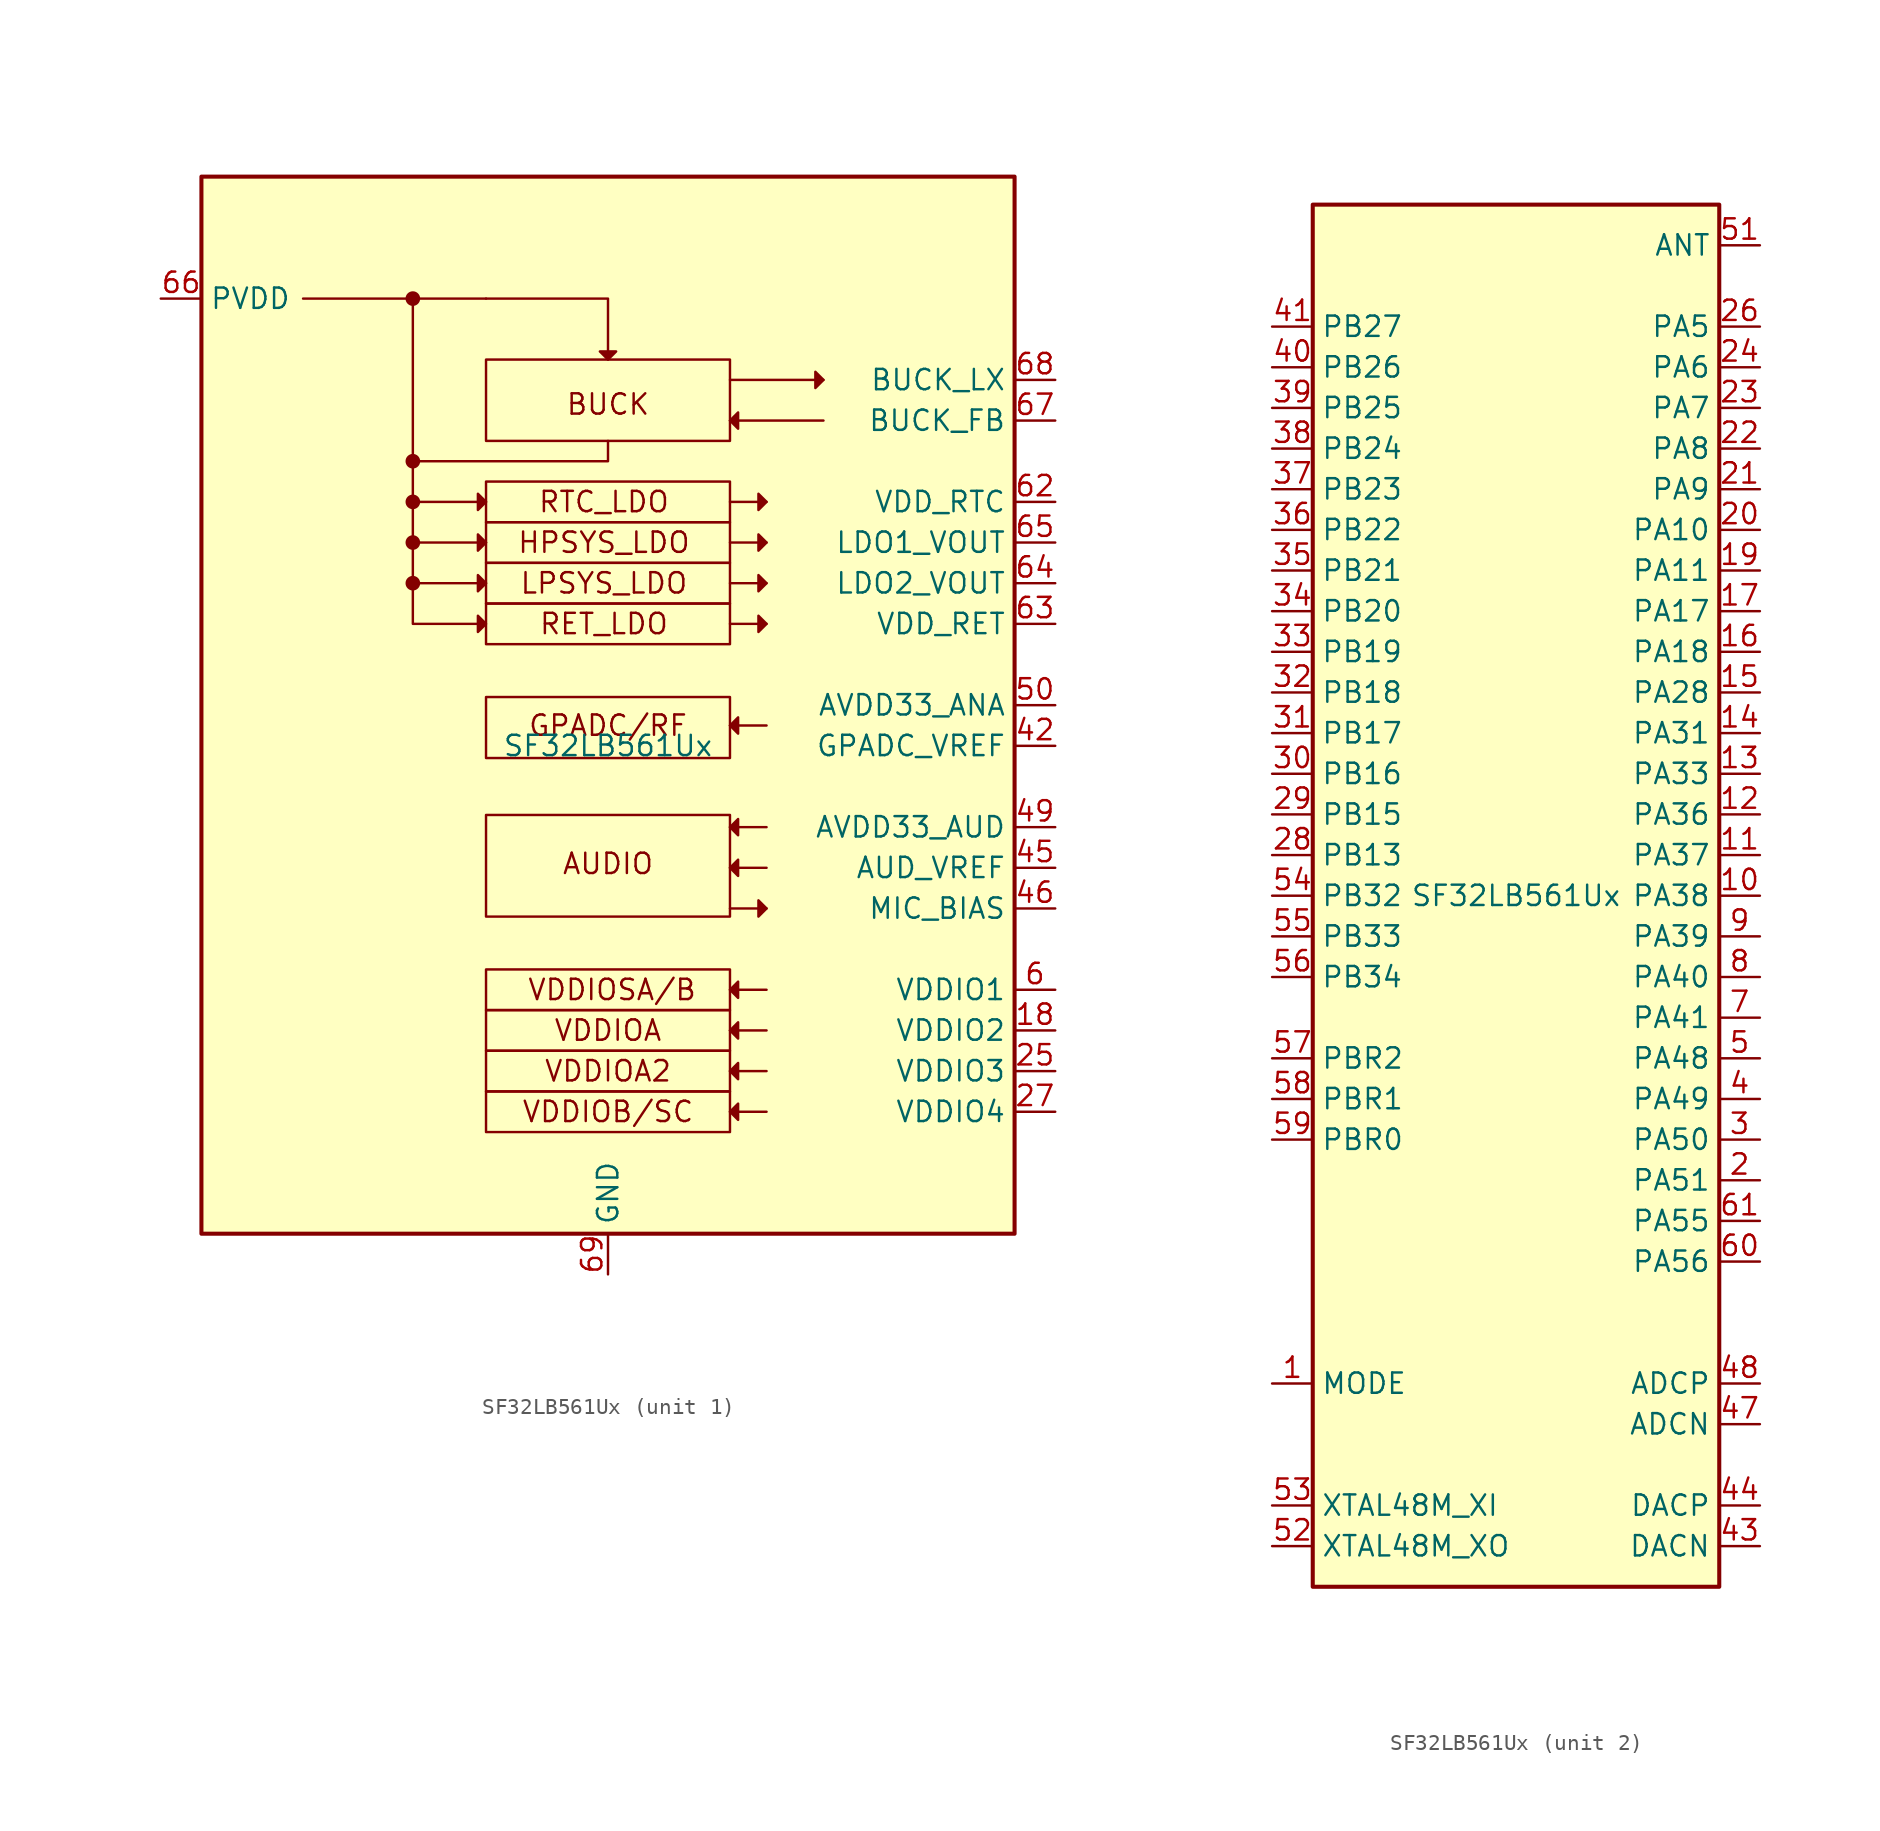
<source format=kicad_sym>
(kicad_symbol_lib
  (version 20241209)
  (generator "kicad_symbol_editor")
  (generator_version "9.0")
  (symbol "SF32LB561Ux"
    (property "Reference" "U"
      (at -0.254 62.992 0)
      (effects (font (size 1.27 1.27)) (hide yes)))
    (property "Value" "SF32LB561Ux"
      (at 0 0 0)
      (effects (font (size 1.27 1.27))))
    (property "ki_locked" ""
      (at 0 0 0)
      (effects (font (size 1.27 1.27))))
    (symbol "SF32LB561Ux_1_1"
      (rectangle (start -25.4 35.56) (end 25.4 -30.48) (stroke (width 0.254) (type default)) (fill (type background)))
      (circle (center -12.192 27.94) (radius 0.381) (stroke (width 0) (type default)) (fill (type outline)))
      (circle (center -12.192 17.78) (radius 0.381) (stroke (width 0) (type default)) (fill (type outline)))
      (polyline (pts (xy -12.192 17.78) (xy -12.192 27.94)) (stroke (width 0) (type default)) (fill (type none)))
      (circle (center -12.192 15.24) (radius 0.381) (stroke (width 0) (type default)) (fill (type outline)))
      (circle (center -12.192 12.7) (radius 0.381) (stroke (width 0) (type default)) (fill (type outline)))
      (circle (center -12.192 10.16) (radius 0.381) (stroke (width 0) (type default)) (fill (type outline)))
      (polyline (pts (xy -7.62 27.94) (xy -19.05 27.94)) (stroke (width 0) (type default)) (fill (type none)))
      (rectangle (start -7.62 24.13) (end 7.62 19.05) (stroke (width 0) (type default)) (fill (type none)))
      (rectangle (start -7.62 16.51) (end 7.62 13.97) (stroke (width 0) (type default)) (fill (type none)))
      (polyline (pts (xy -7.62 15.24) (xy -12.192 15.24)) (stroke (width 0) (type default)) (fill (type none)))
      (polyline (pts (xy -7.62 15.24) (xy -8.128 15.748) (xy -8.128 14.732) (xy -7.62 15.24)) (stroke (width 0) (type default)) (fill (type outline)))
      (rectangle (start -7.62 13.97) (end 7.62 11.43) (stroke (width 0) (type default)) (fill (type none)))
      (polyline (pts (xy -7.62 12.7) (xy -12.192 12.7)) (stroke (width 0) (type default)) (fill (type none)))
      (polyline (pts (xy -7.62 12.7) (xy -8.128 13.208) (xy -8.128 12.192) (xy -7.62 12.7)) (stroke (width 0) (type default)) (fill (type outline)))
      (rectangle (start -7.62 11.43) (end 7.62 8.89) (stroke (width 0) (type default)) (fill (type none)))
      (polyline (pts (xy -7.62 10.16) (xy -12.192 10.16)) (stroke (width 0) (type default)) (fill (type none)))
      (polyline (pts (xy -7.62 10.16) (xy -8.128 10.668) (xy -8.128 9.652) (xy -7.62 10.16)) (stroke (width 0) (type default)) (fill (type outline)))
      (rectangle (start -7.62 8.89) (end 7.62 6.35) (stroke (width 0) (type default)) (fill (type none)))
      (polyline (pts (xy -7.62 7.62) (xy -8.128 8.128) (xy -8.128 7.112) (xy -7.62 7.62)) (stroke (width 0) (type default)) (fill (type outline)))
      (rectangle (start -7.62 3.048) (end 7.62 -0.762) (stroke (width 0) (type default)) (fill (type none)))
      (rectangle (start -7.62 -4.318) (end 7.62 -10.668) (stroke (width 0) (type default)) (fill (type none)))
      (rectangle (start -7.62 -13.97) (end 7.62 -16.51) (stroke (width 0) (type default)) (fill (type none)))
      (rectangle (start -7.62 -16.51) (end 7.62 -19.05) (stroke (width 0) (type default)) (fill (type none)))
      (rectangle (start -7.62 -19.05) (end 7.62 -21.59) (stroke (width 0) (type default)) (fill (type none)))
      (rectangle (start -7.62 -21.59) (end 7.62 -24.13) (stroke (width 0) (type default)) (fill (type none)))
      (polyline (pts (xy 0 24.13) (xy 0 27.94) (xy -7.62 27.94)) (stroke (width 0) (type default)) (fill (type none)))
      (polyline (pts (xy 0 24.13) (xy 0.508 24.638) (xy -0.508 24.638) (xy 0 24.13)) (stroke (width 0) (type default)) (fill (type outline)))
      (polyline (pts (xy 0 19.05) (xy 0 17.78) (xy -12.192 17.78) (xy -12.192 7.62) (xy -7.874 7.62)) (stroke (width 0) (type default)) (fill (type none)))
      (polyline (pts (xy 7.62 22.86) (xy 13.462 22.86)) (stroke (width 0) (type default)) (fill (type none)))
      (polyline (pts (xy 7.62 20.32) (xy 13.462 20.32)) (stroke (width 0) (type default)) (fill (type none)))
      (polyline (pts (xy 7.62 20.32) (xy 8.128 19.812) (xy 8.128 20.828) (xy 7.62 20.32)) (stroke (width 0) (type default)) (fill (type outline)))
      (polyline (pts (xy 7.62 15.24) (xy 9.906 15.24)) (stroke (width 0) (type default)) (fill (type none)))
      (polyline (pts (xy 7.62 12.7) (xy 9.906 12.7)) (stroke (width 0) (type default)) (fill (type none)))
      (polyline (pts (xy 7.62 10.16) (xy 9.906 10.16)) (stroke (width 0) (type default)) (fill (type none)))
      (polyline (pts (xy 7.62 7.62) (xy 9.906 7.62)) (stroke (width 0) (type default)) (fill (type none)))
      (polyline (pts (xy 7.62 1.27) (xy 9.906 1.27)) (stroke (width 0) (type default)) (fill (type none)))
      (polyline (pts (xy 7.62 1.27) (xy 8.128 0.762) (xy 8.128 1.778) (xy 7.62 1.27)) (stroke (width 0) (type default)) (fill (type outline)))
      (polyline (pts (xy 7.62 -5.08) (xy 9.906 -5.08)) (stroke (width 0) (type default)) (fill (type none)))
      (polyline (pts (xy 7.62 -5.08) (xy 8.128 -5.588) (xy 8.128 -4.572) (xy 7.62 -5.08)) (stroke (width 0) (type default)) (fill (type outline)))
      (polyline (pts (xy 7.62 -7.62) (xy 9.906 -7.62)) (stroke (width 0) (type default)) (fill (type none)))
      (polyline (pts (xy 7.62 -7.62) (xy 8.128 -8.128) (xy 8.128 -7.112) (xy 7.62 -7.62)) (stroke (width 0) (type default)) (fill (type outline)))
      (polyline (pts (xy 7.62 -15.24) (xy 9.906 -15.24)) (stroke (width 0) (type default)) (fill (type none)))
      (polyline (pts (xy 7.62 -15.24) (xy 8.128 -15.748) (xy 8.128 -14.732) (xy 7.62 -15.24)) (stroke (width 0) (type default)) (fill (type outline)))
      (polyline (pts (xy 7.62 -17.78) (xy 9.906 -17.78)) (stroke (width 0) (type default)) (fill (type none)))
      (polyline (pts (xy 7.62 -17.78) (xy 8.128 -18.288) (xy 8.128 -17.272) (xy 7.62 -17.78)) (stroke (width 0) (type default)) (fill (type outline)))
      (polyline (pts (xy 7.62 -20.32) (xy 9.906 -20.32)) (stroke (width 0) (type default)) (fill (type none)))
      (polyline (pts (xy 7.62 -20.32) (xy 8.128 -20.828) (xy 8.128 -19.812) (xy 7.62 -20.32)) (stroke (width 0) (type default)) (fill (type outline)))
      (polyline (pts (xy 7.62 -22.86) (xy 9.906 -22.86)) (stroke (width 0) (type default)) (fill (type none)))
      (polyline (pts (xy 7.62 -22.86) (xy 8.128 -23.368) (xy 8.128 -22.352) (xy 7.62 -22.86)) (stroke (width 0) (type default)) (fill (type outline)))
      (polyline (pts (xy 9.906 15.24) (xy 9.398 15.748) (xy 9.398 14.732) (xy 9.906 15.24)) (stroke (width 0) (type default)) (fill (type outline)))
      (polyline (pts (xy 9.906 12.7) (xy 9.398 13.208) (xy 9.398 12.192) (xy 9.906 12.7)) (stroke (width 0) (type default)) (fill (type outline)))
      (polyline (pts (xy 9.906 10.16) (xy 9.398 10.668) (xy 9.398 9.652) (xy 9.906 10.16)) (stroke (width 0) (type default)) (fill (type outline)))
      (polyline (pts (xy 9.906 7.62) (xy 9.398 8.128) (xy 9.398 7.112) (xy 9.906 7.62)) (stroke (width 0) (type default)) (fill (type outline)))
      (polyline (pts (xy 9.906 -10.16) (xy 7.62 -10.16)) (stroke (width 0) (type default)) (fill (type none)))
      (polyline (pts (xy 9.906 -10.16) (xy 9.398 -10.668) (xy 9.398 -9.652) (xy 9.906 -10.16)) (stroke (width 0) (type default)) (fill (type outline)))
      (polyline (pts (xy 13.462 22.86) (xy 12.954 23.368) (xy 12.954 22.352) (xy 13.462 22.86)) (stroke (width 0) (type default)) (fill (type outline)))
      (text "RTC_LDO" (at -0.254 15.24 0) (effects (font (size 1.27 1.27))))
      (text "HPSYS_LDO" (at -0.254 12.7 0) (effects (font (size 1.27 1.27))))
      (text "LPSYS_LDO" (at -0.254 10.16 0) (effects (font (size 1.27 1.27))))
      (text "RET_LDO" (at -0.254 7.62 0) (effects (font (size 1.27 1.27))))
      (text "BUCK" (at 0 21.336 0) (effects (font (size 1.27 1.27))))
      (text "GPADC/RF" (at 0 1.27 0) (effects (font (size 1.27 1.27))))
      (text "AUDIO" (at 0 -7.366 0) (effects (font (size 1.27 1.27))))
      (text "VDDIOA" (at 0 -17.78 0) (effects (font (size 1.27 1.27))))
      (text "VDDIOA2" (at 0 -20.32 0) (effects (font (size 1.27 1.27))))
      (text "VDDIOB/SC" (at 0 -22.86 0) (effects (font (size 1.27 1.27))))
      (text "VDDIOSA/B" (at 0.254 -15.24 0) (effects (font (size 1.27 1.27))))
      (pin power_in line (at -27.94 27.94 0) (length 2.54) (name "PVDD" (effects (font (size 1.27 1.27)))) (number "66" (effects (font (size 1.27 1.27)))))
      (pin power_in line (at 0 -33.02 90) (length 2.54) (name "GND" (effects (font (size 1.27 1.27)))) (number "69" (effects (font (size 1.27 1.27)))))
      (pin output line (at 27.94 22.86 180) (length 2.54) (name "BUCK_LX" (effects (font (size 1.27 1.27)))) (number "68" (effects (font (size 1.27 1.27)))))
      (pin power_in line (at 27.94 20.32 180) (length 2.54) (name "BUCK_FB" (effects (font (size 1.27 1.27)))) (number "67" (effects (font (size 1.27 1.27)))))
      (pin power_out line (at 27.94 15.24 180) (length 2.54) (name "VDD_RTC" (effects (font (size 1.27 1.27)))) (number "62" (effects (font (size 1.27 1.27)))))
      (pin power_out line (at 27.94 12.7 180) (length 2.54) (name "LDO1_VOUT" (effects (font (size 1.27 1.27)))) (number "65" (effects (font (size 1.27 1.27)))))
      (pin power_out line (at 27.94 10.16 180) (length 2.54) (name "LDO2_VOUT" (effects (font (size 1.27 1.27)))) (number "64" (effects (font (size 1.27 1.27)))))
      (pin power_out line (at 27.94 7.62 180) (length 2.54) (name "VDD_RET" (effects (font (size 1.27 1.27)))) (number "63" (effects (font (size 1.27 1.27)))))
      (pin power_in line (at 27.94 2.54 180) (length 2.54) (name "AVDD33_ANA" (effects (font (size 1.27 1.27)))) (number "50" (effects (font (size 1.27 1.27)))))
      (pin power_in line (at 27.94 0 180) (length 2.54) (name "GPADC_VREF" (effects (font (size 1.27 1.27)))) (number "42" (effects (font (size 1.27 1.27)))))
      (pin power_in line (at 27.94 -5.08 180) (length 2.54) (name "AVDD33_AUD" (effects (font (size 1.27 1.27)))) (number "49" (effects (font (size 1.27 1.27)))))
      (pin power_in line (at 27.94 -7.62 180) (length 2.54) (name "AUD_VREF" (effects (font (size 1.27 1.27)))) (number "45" (effects (font (size 1.27 1.27)))))
      (pin power_out line (at 27.94 -10.16 180) (length 2.54) (name "MIC_BIAS" (effects (font (size 1.27 1.27)))) (number "46" (effects (font (size 1.27 1.27)))))
      (pin power_in line (at 27.94 -15.24 180) (length 2.54) (name "VDDIO1" (effects (font (size 1.27 1.27)))) (number "6" (effects (font (size 1.27 1.27)))))
      (pin power_in line (at 27.94 -17.78 180) (length 2.54) (name "VDDIO2" (effects (font (size 1.27 1.27)))) (number "18" (effects (font (size 1.27 1.27)))))
      (pin power_in line (at 27.94 -20.32 180) (length 2.54) (name "VDDIO3" (effects (font (size 1.27 1.27)))) (number "25" (effects (font (size 1.27 1.27)))))
      (pin power_in line (at 27.94 -22.86 180) (length 2.54) (name "VDDIO4" (effects (font (size 1.27 1.27)))) (number "27" (effects (font (size 1.27 1.27))))))
    (symbol "SF32LB561Ux_2_1"
      (rectangle (start -12.7 43.18) (end 12.7 -43.18) (stroke (width 0.254) (type solid)) (fill (type background)))
      (pin bidirectional line (at -15.24 35.56 0) (length 2.54) (name "PB27" (effects (font (size 1.27 1.27)))) (number "41" (effects (font (size 1.27 1.27)))))
      (pin bidirectional line (at -15.24 33.02 0) (length 2.54) (name "PB26" (effects (font (size 1.27 1.27)))) (number "40" (effects (font (size 1.27 1.27)))))
      (pin bidirectional line (at -15.24 30.48 0) (length 2.54) (name "PB25" (effects (font (size 1.27 1.27)))) (number "39" (effects (font (size 1.27 1.27)))))
      (pin bidirectional line (at -15.24 27.94 0) (length 2.54) (name "PB24" (effects (font (size 1.27 1.27)))) (number "38" (effects (font (size 1.27 1.27)))))
      (pin bidirectional line (at -15.24 25.4 0) (length 2.54) (name "PB23" (effects (font (size 1.27 1.27)))) (number "37" (effects (font (size 1.27 1.27)))))
      (pin bidirectional line (at -15.24 22.86 0) (length 2.54) (name "PB22" (effects (font (size 1.27 1.27)))) (number "36" (effects (font (size 1.27 1.27)))))
      (pin bidirectional line (at -15.24 20.32 0) (length 2.54) (name "PB21" (effects (font (size 1.27 1.27)))) (number "35" (effects (font (size 1.27 1.27)))))
      (pin bidirectional line (at -15.24 17.78 0) (length 2.54) (name "PB20" (effects (font (size 1.27 1.27)))) (number "34" (effects (font (size 1.27 1.27)))))
      (pin bidirectional line (at -15.24 15.24 0) (length 2.54) (name "PB19" (effects (font (size 1.27 1.27)))) (number "33" (effects (font (size 1.27 1.27)))))
      (pin bidirectional line (at -15.24 12.7 0) (length 2.54) (name "PB18" (effects (font (size 1.27 1.27)))) (number "32" (effects (font (size 1.27 1.27)))))
      (pin bidirectional line (at -15.24 10.16 0) (length 2.54) (name "PB17" (effects (font (size 1.27 1.27)))) (number "31" (effects (font (size 1.27 1.27)))))
      (pin bidirectional line (at -15.24 7.62 0) (length 2.54) (name "PB16" (effects (font (size 1.27 1.27)))) (number "30" (effects (font (size 1.27 1.27)))))
      (pin bidirectional line (at -15.24 5.08 0) (length 2.54) (name "PB15" (effects (font (size 1.27 1.27)))) (number "29" (effects (font (size 1.27 1.27)))))
      (pin bidirectional line (at -15.24 2.54 0) (length 2.54) (name "PB13" (effects (font (size 1.27 1.27)))) (number "28" (effects (font (size 1.27 1.27)))))
      (pin bidirectional line (at -15.24 0 0) (length 2.54) (name "PB32" (effects (font (size 1.27 1.27)))) (number "54" (effects (font (size 1.27 1.27)))))
      (pin bidirectional line (at -15.24 -2.54 0) (length 2.54) (name "PB33" (effects (font (size 1.27 1.27)))) (number "55" (effects (font (size 1.27 1.27)))))
      (pin bidirectional line (at -15.24 -5.08 0) (length 2.54) (name "PB34" (effects (font (size 1.27 1.27)))) (number "56" (effects (font (size 1.27 1.27)))))
      (pin bidirectional line (at -15.24 -10.16 0) (length 2.54) (name "PBR2" (effects (font (size 1.27 1.27)))) (number "57" (effects (font (size 1.27 1.27)))))
      (pin bidirectional line (at -15.24 -12.7 0) (length 2.54) (name "PBR1" (effects (font (size 1.27 1.27)))) (number "58" (effects (font (size 1.27 1.27)))))
      (pin bidirectional line (at -15.24 -15.24 0) (length 2.54) (name "PBR0" (effects (font (size 1.27 1.27)))) (number "59" (effects (font (size 1.27 1.27)))))
      (pin input line (at -15.24 -30.48 0) (length 2.54) (name "MODE" (effects (font (size 1.27 1.27)))) (number "1" (effects (font (size 1.27 1.27)))))
      (pin input line (at -15.24 -38.1 0) (length 2.54) (name "XTAL48M_XI" (effects (font (size 1.27 1.27)))) (number "53" (effects (font (size 1.27 1.27)))))
      (pin output line (at -15.24 -40.64 0) (length 2.54) (name "XTAL48M_XO" (effects (font (size 1.27 1.27)))) (number "52" (effects (font (size 1.27 1.27)))))
      (pin bidirectional line (at 15.24 40.64 180) (length 2.54) (name "ANT" (effects (font (size 1.27 1.27)))) (number "51" (effects (font (size 1.27 1.27)))))
      (pin bidirectional line (at 15.24 35.56 180) (length 2.54) (name "PA5" (effects (font (size 1.27 1.27)))) (number "26" (effects (font (size 1.27 1.27)))))
      (pin bidirectional line (at 15.24 33.02 180) (length 2.54) (name "PA6" (effects (font (size 1.27 1.27)))) (number "24" (effects (font (size 1.27 1.27)))))
      (pin bidirectional line (at 15.24 30.48 180) (length 2.54) (name "PA7" (effects (font (size 1.27 1.27)))) (number "23" (effects (font (size 1.27 1.27)))))
      (pin bidirectional line (at 15.24 27.94 180) (length 2.54) (name "PA8" (effects (font (size 1.27 1.27)))) (number "22" (effects (font (size 1.27 1.27)))))
      (pin bidirectional line (at 15.24 25.4 180) (length 2.54) (name "PA9" (effects (font (size 1.27 1.27)))) (number "21" (effects (font (size 1.27 1.27)))))
      (pin bidirectional line (at 15.24 22.86 180) (length 2.54) (name "PA10" (effects (font (size 1.27 1.27)))) (number "20" (effects (font (size 1.27 1.27)))))
      (pin bidirectional line (at 15.24 20.32 180) (length 2.54) (name "PA11" (effects (font (size 1.27 1.27)))) (number "19" (effects (font (size 1.27 1.27)))))
      (pin bidirectional line (at 15.24 17.78 180) (length 2.54) (name "PA17" (effects (font (size 1.27 1.27)))) (number "17" (effects (font (size 1.27 1.27)))))
      (pin bidirectional line (at 15.24 15.24 180) (length 2.54) (name "PA18" (effects (font (size 1.27 1.27)))) (number "16" (effects (font (size 1.27 1.27)))))
      (pin bidirectional line (at 15.24 12.7 180) (length 2.54) (name "PA28" (effects (font (size 1.27 1.27)))) (number "15" (effects (font (size 1.27 1.27)))))
      (pin bidirectional line (at 15.24 10.16 180) (length 2.54) (name "PA31" (effects (font (size 1.27 1.27)))) (number "14" (effects (font (size 1.27 1.27)))))
      (pin bidirectional line (at 15.24 7.62 180) (length 2.54) (name "PA33" (effects (font (size 1.27 1.27)))) (number "13" (effects (font (size 1.27 1.27)))))
      (pin bidirectional line (at 15.24 5.08 180) (length 2.54) (name "PA36" (effects (font (size 1.27 1.27)))) (number "12" (effects (font (size 1.27 1.27)))))
      (pin bidirectional line (at 15.24 2.54 180) (length 2.54) (name "PA37" (effects (font (size 1.27 1.27)))) (number "11" (effects (font (size 1.27 1.27)))))
      (pin bidirectional line (at 15.24 0 180) (length 2.54) (name "PA38" (effects (font (size 1.27 1.27)))) (number "10" (effects (font (size 1.27 1.27)))))
      (pin bidirectional line (at 15.24 -2.54 180) (length 2.54) (name "PA39" (effects (font (size 1.27 1.27)))) (number "9" (effects (font (size 1.27 1.27)))))
      (pin bidirectional line (at 15.24 -5.08 180) (length 2.54) (name "PA40" (effects (font (size 1.27 1.27)))) (number "8" (effects (font (size 1.27 1.27)))))
      (pin bidirectional line (at 15.24 -7.62 180) (length 2.54) (name "PA41" (effects (font (size 1.27 1.27)))) (number "7" (effects (font (size 1.27 1.27)))))
      (pin bidirectional line (at 15.24 -10.16 180) (length 2.54) (name "PA48" (effects (font (size 1.27 1.27)))) (number "5" (effects (font (size 1.27 1.27)))))
      (pin bidirectional line (at 15.24 -12.7 180) (length 2.54) (name "PA49" (effects (font (size 1.27 1.27)))) (number "4" (effects (font (size 1.27 1.27)))))
      (pin bidirectional line (at 15.24 -15.24 180) (length 2.54) (name "PA50" (effects (font (size 1.27 1.27)))) (number "3" (effects (font (size 1.27 1.27)))))
      (pin bidirectional line (at 15.24 -17.78 180) (length 2.54) (name "PA51" (effects (font (size 1.27 1.27)))) (number "2" (effects (font (size 1.27 1.27)))))
      (pin bidirectional line (at 15.24 -20.32 180) (length 2.54) (name "PA55" (effects (font (size 1.27 1.27)))) (number "61" (effects (font (size 1.27 1.27)))))
      (pin bidirectional line (at 15.24 -22.86 180) (length 2.54) (name "PA56" (effects (font (size 1.27 1.27)))) (number "60" (effects (font (size 1.27 1.27)))))
      (pin output line (at 15.24 -30.48 180) (length 2.54) (name "ADCP" (effects (font (size 1.27 1.27)))) (number "48" (effects (font (size 1.27 1.27)))))
      (pin output line (at 15.24 -33.02 180) (length 2.54) (name "ADCN" (effects (font (size 1.27 1.27)))) (number "47" (effects (font (size 1.27 1.27)))))
      (pin output line (at 15.24 -38.1 180) (length 2.54) (name "DACP" (effects (font (size 1.27 1.27)))) (number "44" (effects (font (size 1.27 1.27)))))
      (pin output line (at 15.24 -40.64 180) (length 2.54) (name "DACN" (effects (font (size 1.27 1.27)))) (number "43" (effects (font (size 1.27 1.27))))))))
</source>
